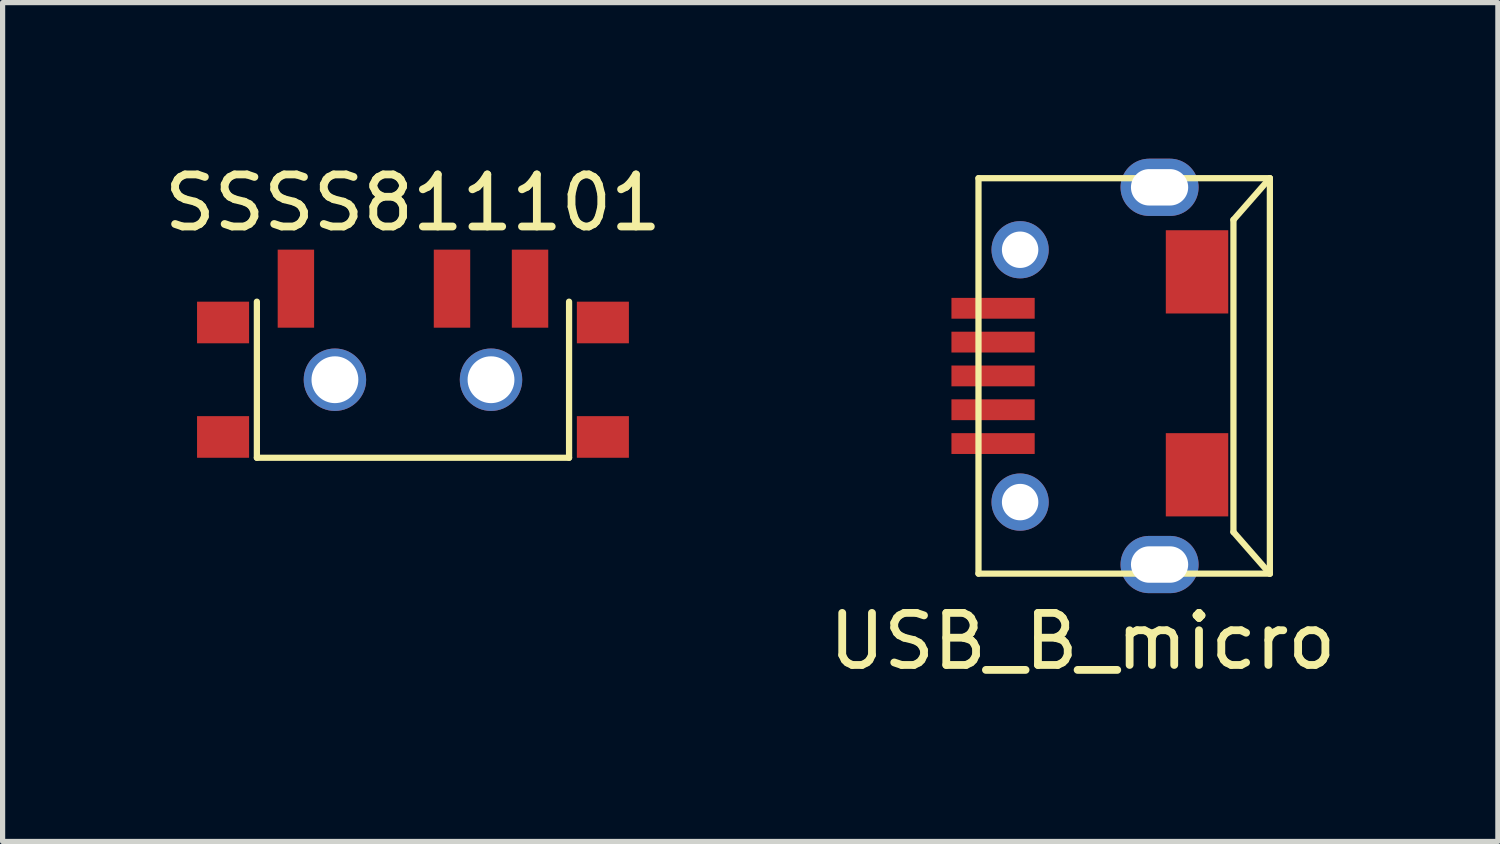
<source format=kicad_pcb>
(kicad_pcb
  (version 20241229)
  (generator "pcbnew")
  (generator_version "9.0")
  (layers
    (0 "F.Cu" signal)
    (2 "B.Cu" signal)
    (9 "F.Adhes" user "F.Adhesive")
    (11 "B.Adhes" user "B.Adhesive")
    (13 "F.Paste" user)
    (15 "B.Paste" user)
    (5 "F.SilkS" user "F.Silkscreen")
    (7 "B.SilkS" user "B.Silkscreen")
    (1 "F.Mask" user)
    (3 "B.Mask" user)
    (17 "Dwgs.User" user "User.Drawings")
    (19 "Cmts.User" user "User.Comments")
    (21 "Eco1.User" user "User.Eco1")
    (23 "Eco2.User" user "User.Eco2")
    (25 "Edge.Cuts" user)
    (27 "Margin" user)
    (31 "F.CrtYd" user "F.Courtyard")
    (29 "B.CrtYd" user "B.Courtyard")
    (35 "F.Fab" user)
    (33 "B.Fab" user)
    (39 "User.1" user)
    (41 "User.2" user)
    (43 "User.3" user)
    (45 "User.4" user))
  (footprint "USB_B_micro"
    (layer "F.Cu")
    (at 16.556 4.175)
    (property "Reference" "USB_B_micro" (at 1.2 5.1 0) (layer "F.SilkS") (effects (font (size 1 1) (thickness 0.15))))
    (attr through_hole)
    (fp_line (start -0.8 -3.8) (end -0.8 3.8) (stroke (width 0.12) (type solid)) (layer "F.SilkS"))
    (fp_line (start -0.8 3.8) (end 4.8 3.8) (stroke (width 0.12) (type solid)) (layer "F.SilkS"))
    (fp_line (start 4.1 -3) (end 4.1 3) (stroke (width 0.12) (type solid)) (layer "F.SilkS"))
    (fp_line (start 4.1 3) (end 4.8 3.8) (stroke (width 0.12) (type solid)) (layer "F.SilkS"))
    (fp_line (start 4.8 -3.8) (end -0.8 -3.8) (stroke (width 0.12) (type solid)) (layer "F.SilkS"))
    (fp_line (start 4.8 -3.8) (end 4.1 -3) (stroke (width 0.12) (type solid)) (layer "F.SilkS"))
    (fp_line (start 4.8 3.8) (end 4.8 -3.8) (stroke (width 0.12) (type solid)) (layer "F.SilkS"))
    (pad "1" smd rect (at -0.52 1.3) (size 1.6 0.4) (layers "F.Cu" "F.Mask" "F.Paste"))
    (pad "2" smd rect (at -0.52 0.65) (size 1.6 0.4) (layers "F.Cu" "F.Mask" "F.Paste"))
    (pad "3" smd rect (at -0.52 0) (size 1.6 0.4) (layers "F.Cu" "F.Mask" "F.Paste"))
    (pad "4" smd rect (at -0.52 -0.65) (size 1.6 0.4) (layers "F.Cu" "F.Mask" "F.Paste"))
    (pad "5" smd rect (at -0.52 -1.3) (size 1.6 0.4) (layers "F.Cu" "F.Mask" "F.Paste"))
    (pad "6" thru_hole circle (at 0 -2.425) (size 1.1 1.1) (drill 0.7) (layers "*.Cu" "*.Mask"))
    (pad "6" thru_hole circle (at 0 2.425) (size 1.1 1.1) (drill 0.7) (layers "*.Cu" "*.Mask"))
    (pad "6" thru_hole oval (at 2.68 -3.625) (size 1.5 1.1) (drill oval 1.1 0.7) (layers "*.Cu" "*.Mask"))
    (pad "6" thru_hole oval (at 2.68 3.625) (size 1.5 1.1) (drill oval 1.1 0.7) (layers "*.Cu" "*.Mask"))
    (pad "6" smd rect (at 3.4 -2) (size 1.2 1.6) (layers "F.Cu" "F.Mask" "F.Paste"))
    (pad "6" smd rect (at 3.4 1.9) (size 1.2 1.6) (layers "F.Cu" "F.Mask" "F.Paste")))
  (footprint "SSSS811101"
    (layer "F.Cu")
    (at 4.887 4.248)
    (property "Reference" "SSSS811101" (at 0 -3.4 0) (layer "F.SilkS") (effects (font (size 1 1) (thickness 0.15))))
    (attr through_hole)
    (fp_line (start -3 -1.5) (end -3 1.5) (stroke (width 0.12) (type solid)) (layer "F.SilkS"))
    (fp_line (start -3 1.5) (end 3 1.5) (stroke (width 0.12) (type solid)) (layer "F.SilkS"))
    (fp_line (start 3 1.5) (end 3 -1.5) (stroke (width 0.12) (type solid)) (layer "F.SilkS"))
    (pad "1" smd rect (at -2.25 -1.75) (size 0.7 1.5) (layers "F.Cu" "F.Mask" "F.Paste"))
    (pad "2" smd rect (at 0.75 -1.75) (size 0.7 1.5) (layers "F.Cu" "F.Mask" "F.Paste"))
    (pad "3" smd rect (at 2.25 -1.75) (size 0.7 1.5) (layers "F.Cu" "F.Mask" "F.Paste"))
    (pad "~" smd rect (at -3.65 -1.1) (size 1 0.8) (layers "F.Cu" "F.Mask" "F.Paste"))
    (pad "~" smd rect (at -3.65 1.1) (size 1 0.8) (layers "F.Cu" "F.Mask" "F.Paste"))
    (pad "~" thru_hole circle (at -1.5 0) (size 1.2 1.2) (drill 0.9) (layers "*.Cu" "*.Mask"))
    (pad "~" thru_hole circle (at 1.5 0) (size 1.2 1.2) (drill 0.9) (layers "*.Cu" "*.Mask"))
    (pad "~" smd rect (at 3.65 -1.1) (size 1 0.8) (layers "F.Cu" "F.Mask" "F.Paste"))
    (pad "~" smd rect (at 3.65 1.1) (size 1 0.8) (layers "F.Cu" "F.Mask" "F.Paste")))
  (gr_rect
    (start -3 -3)
    (end 25.738 13.123)
    (stroke (width 0.1) (type default))
    (fill no)
    (layer "Edge.Cuts")))
</source>
